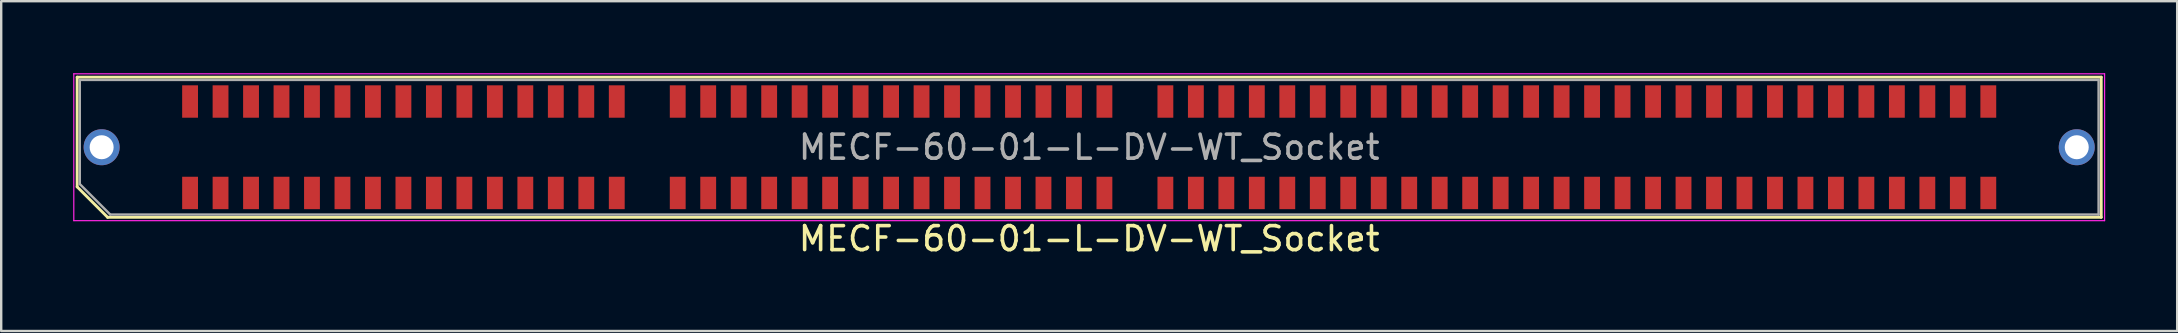
<source format=kicad_pcb>
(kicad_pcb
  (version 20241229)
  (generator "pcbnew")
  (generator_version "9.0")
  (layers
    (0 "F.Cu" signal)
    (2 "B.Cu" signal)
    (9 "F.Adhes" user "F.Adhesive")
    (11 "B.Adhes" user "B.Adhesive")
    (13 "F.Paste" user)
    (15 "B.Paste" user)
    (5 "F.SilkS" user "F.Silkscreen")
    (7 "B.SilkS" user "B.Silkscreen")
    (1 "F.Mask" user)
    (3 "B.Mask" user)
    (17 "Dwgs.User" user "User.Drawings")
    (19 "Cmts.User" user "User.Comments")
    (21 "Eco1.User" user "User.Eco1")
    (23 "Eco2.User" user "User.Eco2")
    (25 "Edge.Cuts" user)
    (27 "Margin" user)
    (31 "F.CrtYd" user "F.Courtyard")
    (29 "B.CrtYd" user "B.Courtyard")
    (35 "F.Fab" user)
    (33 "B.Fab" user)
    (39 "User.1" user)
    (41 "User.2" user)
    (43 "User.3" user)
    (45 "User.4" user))
  (footprint "MECF-60-01-L-DV-WT_Socket"
    (layer "F.Cu")
    (at 42.335 3.085)
    (property "Reference" "MECF-60-01-L-DV-WT_Socket" (at 0 3.81 0) (layer "F.SilkS") (effects (font (size 1 1) (thickness 0.15))))
    (attr smd)
    (fp_line (start -42.17 -2.92) (end 42.17 -2.92) (stroke (width 0.12) (type solid)) (layer "F.SilkS"))
    (fp_line (start -42.17 1.65) (end -42.17 -2.92) (stroke (width 0.12) (type solid)) (layer "F.SilkS"))
    (fp_line (start -40.9 2.92) (end -42.17 1.65) (stroke (width 0.12) (type solid)) (layer "F.SilkS"))
    (fp_line (start -40.9 2.92) (end 42.17 2.92) (stroke (width 0.12) (type solid)) (layer "F.SilkS"))
    (fp_line (start 42.17 2.92) (end 42.17 -2.92) (stroke (width 0.12) (type solid)) (layer "F.SilkS"))
    (fp_line (start -42.31 -3.06) (end -42.31 3.06) (stroke (width 0.05) (type solid)) (layer "F.CrtYd"))
    (fp_line (start -42.31 3.06) (end 42.31 3.06) (stroke (width 0.05) (type solid)) (layer "F.CrtYd"))
    (fp_line (start 42.31 -3.06) (end -42.31 -3.06) (stroke (width 0.05) (type solid)) (layer "F.CrtYd"))
    (fp_line (start 42.31 3.06) (end 42.31 -3.06) (stroke (width 0.05) (type solid)) (layer "F.CrtYd"))
    (fp_line (start -42.06 -2.805) (end 42.06 -2.805) (stroke (width 0.1) (type solid)) (layer "F.Fab"))
    (fp_line (start -42.06 1.535) (end -42.06 -2.805) (stroke (width 0.1) (type solid)) (layer "F.Fab"))
    (fp_line (start -42.06 1.535) (end -40.79 2.805) (stroke (width 0.1) (type solid)) (layer "F.Fab"))
    (fp_line (start -40.79 2.805) (end 42.06 2.805) (stroke (width 0.1) (type solid)) (layer "F.Fab"))
    (fp_line (start 42.06 2.805) (end 42.06 -2.805) (stroke (width 0.1) (type solid)) (layer "F.Fab"))
    (fp_text user "${REFERENCE}" (at 0 0 0) (layer "F.Fab") (effects (font (size 1 1) (thickness 0.15))))
    (pad "" thru_hole circle (at -41.15 0) (size 1.5 1.5) (drill 1) (layers "*.Cu" "*.Mask"))
    (pad "" np_thru_hole circle (at -39.245 0) (size 0.001 0.001) (drill 1.45) (layers "*.Cu" "*.Mask"))
    (pad "" np_thru_hole circle (at 39.245 1) (size 0.001 0.001) (drill 1.45) (layers "*.Cu" "*.Mask"))
    (pad "" thru_hole circle (at 41.15 0) (size 1.5 1.5) (drill 1) (layers "*.Cu" "*.Mask"))
    (pad "1" smd rect (at -37.465 1.905) (size 0.66 1.35) (layers "F.Cu" "F.Mask" "F.Paste"))
    (pad "2" smd rect (at -37.465 -1.905) (size 0.66 1.35) (layers "F.Cu" "F.Mask" "F.Paste"))
    (pad "3" smd rect (at -36.195 1.905) (size 0.66 1.35) (layers "F.Cu" "F.Mask" "F.Paste"))
    (pad "4" smd rect (at -36.195 -1.905) (size 0.66 1.35) (layers "F.Cu" "F.Mask" "F.Paste"))
    (pad "5" smd rect (at -34.925 1.905) (size 0.66 1.35) (layers "F.Cu" "F.Mask" "F.Paste"))
    (pad "6" smd rect (at -34.925 -1.905) (size 0.66 1.35) (layers "F.Cu" "F.Mask" "F.Paste"))
    (pad "7" smd rect (at -33.655 1.905) (size 0.66 1.35) (layers "F.Cu" "F.Mask" "F.Paste"))
    (pad "8" smd rect (at -33.655 -1.905) (size 0.66 1.35) (layers "F.Cu" "F.Mask" "F.Paste"))
    (pad "9" smd rect (at -32.385 1.905) (size 0.66 1.35) (layers "F.Cu" "F.Mask" "F.Paste"))
    (pad "10" smd rect (at -32.385 -1.905) (size 0.66 1.35) (layers "F.Cu" "F.Mask" "F.Paste"))
    (pad "11" smd rect (at -31.115 1.905) (size 0.66 1.35) (layers "F.Cu" "F.Mask" "F.Paste"))
    (pad "12" smd rect (at -31.115 -1.905) (size 0.66 1.35) (layers "F.Cu" "F.Mask" "F.Paste"))
    (pad "13" smd rect (at -29.845 1.905) (size 0.66 1.35) (layers "F.Cu" "F.Mask" "F.Paste"))
    (pad "14" smd rect (at -29.845 -1.905) (size 0.66 1.35) (layers "F.Cu" "F.Mask" "F.Paste"))
    (pad "15" smd rect (at -28.575 1.905) (size 0.66 1.35) (layers "F.Cu" "F.Mask" "F.Paste"))
    (pad "16" smd rect (at -28.575 -1.905) (size 0.66 1.35) (layers "F.Cu" "F.Mask" "F.Paste"))
    (pad "17" smd rect (at -27.305 1.905) (size 0.66 1.35) (layers "F.Cu" "F.Mask" "F.Paste"))
    (pad "18" smd rect (at -27.305 -1.905) (size 0.66 1.35) (layers "F.Cu" "F.Mask" "F.Paste"))
    (pad "19" smd rect (at -26.035 1.905) (size 0.66 1.35) (layers "F.Cu" "F.Mask" "F.Paste"))
    (pad "20" smd rect (at -26.035 -1.905) (size 0.66 1.35) (layers "F.Cu" "F.Mask" "F.Paste"))
    (pad "21" smd rect (at -24.765 1.905) (size 0.66 1.35) (layers "F.Cu" "F.Mask" "F.Paste"))
    (pad "22" smd rect (at -24.765 -1.905) (size 0.66 1.35) (layers "F.Cu" "F.Mask" "F.Paste"))
    (pad "23" smd rect (at -23.495 1.905) (size 0.66 1.35) (layers "F.Cu" "F.Mask" "F.Paste"))
    (pad "24" smd rect (at -23.495 -1.905) (size 0.66 1.35) (layers "F.Cu" "F.Mask" "F.Paste"))
    (pad "25" smd rect (at -22.225 1.905) (size 0.66 1.35) (layers "F.Cu" "F.Mask" "F.Paste"))
    (pad "26" smd rect (at -22.225 -1.905) (size 0.66 1.35) (layers "F.Cu" "F.Mask" "F.Paste"))
    (pad "27" smd rect (at -20.955 1.905) (size 0.66 1.35) (layers "F.Cu" "F.Mask" "F.Paste"))
    (pad "28" smd rect (at -20.955 -1.905) (size 0.66 1.35) (layers "F.Cu" "F.Mask" "F.Paste"))
    (pad "29" smd rect (at -19.685 1.905) (size 0.66 1.35) (layers "F.Cu" "F.Mask" "F.Paste"))
    (pad "30" smd rect (at -19.685 -1.905) (size 0.66 1.35) (layers "F.Cu" "F.Mask" "F.Paste"))
    (pad "33" smd rect (at -17.145 1.905) (size 0.66 1.35) (layers "F.Cu" "F.Mask" "F.Paste"))
    (pad "34" smd rect (at -17.145 -1.905) (size 0.66 1.35) (layers "F.Cu" "F.Mask" "F.Paste"))
    (pad "35" smd rect (at -15.875 1.905) (size 0.66 1.35) (layers "F.Cu" "F.Mask" "F.Paste"))
    (pad "36" smd rect (at -15.875 -1.905) (size 0.66 1.35) (layers "F.Cu" "F.Mask" "F.Paste"))
    (pad "37" smd rect (at -14.605 1.905) (size 0.66 1.35) (layers "F.Cu" "F.Mask" "F.Paste"))
    (pad "38" smd rect (at -14.605 -1.905) (size 0.66 1.35) (layers "F.Cu" "F.Mask" "F.Paste"))
    (pad "39" smd rect (at -13.335 1.905) (size 0.66 1.35) (layers "F.Cu" "F.Mask" "F.Paste"))
    (pad "40" smd rect (at -13.335 -1.905) (size 0.66 1.35) (layers "F.Cu" "F.Mask" "F.Paste"))
    (pad "41" smd rect (at -12.065 1.905) (size 0.66 1.35) (layers "F.Cu" "F.Mask" "F.Paste"))
    (pad "42" smd rect (at -12.065 -1.905) (size 0.66 1.35) (layers "F.Cu" "F.Mask" "F.Paste"))
    (pad "43" smd rect (at -10.795 1.905) (size 0.66 1.35) (layers "F.Cu" "F.Mask" "F.Paste"))
    (pad "44" smd rect (at -10.795 -1.905) (size 0.66 1.35) (layers "F.Cu" "F.Mask" "F.Paste"))
    (pad "45" smd rect (at -9.525 1.905) (size 0.66 1.35) (layers "F.Cu" "F.Mask" "F.Paste"))
    (pad "46" smd rect (at -9.525 -1.905) (size 0.66 1.35) (layers "F.Cu" "F.Mask" "F.Paste"))
    (pad "47" smd rect (at -8.255 1.905) (size 0.66 1.35) (layers "F.Cu" "F.Mask" "F.Paste"))
    (pad "48" smd rect (at -8.255 -1.905) (size 0.66 1.35) (layers "F.Cu" "F.Mask" "F.Paste"))
    (pad "49" smd rect (at -6.985 1.905) (size 0.66 1.35) (layers "F.Cu" "F.Mask" "F.Paste"))
    (pad "50" smd rect (at -6.985 -1.905) (size 0.66 1.35) (layers "F.Cu" "F.Mask" "F.Paste"))
    (pad "51" smd rect (at -5.715 1.905) (size 0.66 1.35) (layers "F.Cu" "F.Mask" "F.Paste"))
    (pad "52" smd rect (at -5.715 -1.905) (size 0.66 1.35) (layers "F.Cu" "F.Mask" "F.Paste"))
    (pad "53" smd rect (at -4.445 1.905) (size 0.66 1.35) (layers "F.Cu" "F.Mask" "F.Paste"))
    (pad "54" smd rect (at -4.445 -1.905) (size 0.66 1.35) (layers "F.Cu" "F.Mask" "F.Paste"))
    (pad "55" smd rect (at -3.175 1.905) (size 0.66 1.35) (layers "F.Cu" "F.Mask" "F.Paste"))
    (pad "56" smd rect (at -3.175 -1.905) (size 0.66 1.35) (layers "F.Cu" "F.Mask" "F.Paste"))
    (pad "57" smd rect (at -1.905 1.905) (size 0.66 1.35) (layers "F.Cu" "F.Mask" "F.Paste"))
    (pad "58" smd rect (at -1.905 -1.905) (size 0.66 1.35) (layers "F.Cu" "F.Mask" "F.Paste"))
    (pad "59" smd rect (at -0.635 1.905) (size 0.66 1.35) (layers "F.Cu" "F.Mask" "F.Paste"))
    (pad "60" smd rect (at -0.635 -1.905) (size 0.66 1.35) (layers "F.Cu" "F.Mask" "F.Paste"))
    (pad "61" smd rect (at 0.635 1.905) (size 0.66 1.35) (layers "F.Cu" "F.Mask" "F.Paste"))
    (pad "62" smd rect (at 0.635 -1.905) (size 0.66 1.35) (layers "F.Cu" "F.Mask" "F.Paste"))
    (pad "65" smd rect (at 3.175 1.905) (size 0.66 1.35) (layers "F.Cu" "F.Mask" "F.Paste"))
    (pad "66" smd rect (at 3.175 -1.905) (size 0.66 1.35) (layers "F.Cu" "F.Mask" "F.Paste"))
    (pad "67" smd rect (at 4.445 1.905) (size 0.66 1.35) (layers "F.Cu" "F.Mask" "F.Paste"))
    (pad "68" smd rect (at 4.445 -1.905) (size 0.66 1.35) (layers "F.Cu" "F.Mask" "F.Paste"))
    (pad "69" smd rect (at 5.715 1.905) (size 0.66 1.35) (layers "F.Cu" "F.Mask" "F.Paste"))
    (pad "70" smd rect (at 5.715 -1.905) (size 0.66 1.35) (layers "F.Cu" "F.Mask" "F.Paste"))
    (pad "71" smd rect (at 6.985 1.905) (size 0.66 1.35) (layers "F.Cu" "F.Mask" "F.Paste"))
    (pad "72" smd rect (at 6.985 -1.905) (size 0.66 1.35) (layers "F.Cu" "F.Mask" "F.Paste"))
    (pad "73" smd rect (at 8.255 1.905) (size 0.66 1.35) (layers "F.Cu" "F.Mask" "F.Paste"))
    (pad "74" smd rect (at 8.255 -1.905) (size 0.66 1.35) (layers "F.Cu" "F.Mask" "F.Paste"))
    (pad "75" smd rect (at 9.525 1.905) (size 0.66 1.35) (layers "F.Cu" "F.Mask" "F.Paste"))
    (pad "76" smd rect (at 9.525 -1.905) (size 0.66 1.35) (layers "F.Cu" "F.Mask" "F.Paste"))
    (pad "77" smd rect (at 10.795 1.905) (size 0.66 1.35) (layers "F.Cu" "F.Mask" "F.Paste"))
    (pad "78" smd rect (at 10.795 -1.905) (size 0.66 1.35) (layers "F.Cu" "F.Mask" "F.Paste"))
    (pad "79" smd rect (at 12.065 1.905) (size 0.66 1.35) (layers "F.Cu" "F.Mask" "F.Paste"))
    (pad "80" smd rect (at 12.065 -1.905) (size 0.66 1.35) (layers "F.Cu" "F.Mask" "F.Paste"))
    (pad "81" smd rect (at 13.335 1.905) (size 0.66 1.35) (layers "F.Cu" "F.Mask" "F.Paste"))
    (pad "82" smd rect (at 13.335 -1.905) (size 0.66 1.35) (layers "F.Cu" "F.Mask" "F.Paste"))
    (pad "83" smd rect (at 14.605 1.905) (size 0.66 1.35) (layers "F.Cu" "F.Mask" "F.Paste"))
    (pad "84" smd rect (at 14.605 -1.905) (size 0.66 1.35) (layers "F.Cu" "F.Mask" "F.Paste"))
    (pad "85" smd rect (at 15.875 1.905) (size 0.66 1.35) (layers "F.Cu" "F.Mask" "F.Paste"))
    (pad "86" smd rect (at 15.875 -1.905) (size 0.66 1.35) (layers "F.Cu" "F.Mask" "F.Paste"))
    (pad "87" smd rect (at 17.145 1.905) (size 0.66 1.35) (layers "F.Cu" "F.Mask" "F.Paste"))
    (pad "88" smd rect (at 17.145 -1.905) (size 0.66 1.35) (layers "F.Cu" "F.Mask" "F.Paste"))
    (pad "89" smd rect (at 18.415 1.905) (size 0.66 1.35) (layers "F.Cu" "F.Mask" "F.Paste"))
    (pad "90" smd rect (at 18.415 -1.905) (size 0.66 1.35) (layers "F.Cu" "F.Mask" "F.Paste"))
    (pad "91" smd rect (at 19.685 1.905) (size 0.66 1.35) (layers "F.Cu" "F.Mask" "F.Paste"))
    (pad "92" smd rect (at 19.685 -1.905) (size 0.66 1.35) (layers "F.Cu" "F.Mask" "F.Paste"))
    (pad "93" smd rect (at 20.955 1.905) (size 0.66 1.35) (layers "F.Cu" "F.Mask" "F.Paste"))
    (pad "94" smd rect (at 20.955 -1.905) (size 0.66 1.35) (layers "F.Cu" "F.Mask" "F.Paste"))
    (pad "95" smd rect (at 22.225 1.905) (size 0.66 1.35) (layers "F.Cu" "F.Mask" "F.Paste"))
    (pad "96" smd rect (at 22.225 -1.905) (size 0.66 1.35) (layers "F.Cu" "F.Mask" "F.Paste"))
    (pad "97" smd rect (at 23.495 1.905) (size 0.66 1.35) (layers "F.Cu" "F.Mask" "F.Paste"))
    (pad "98" smd rect (at 23.495 -1.905) (size 0.66 1.35) (layers "F.Cu" "F.Mask" "F.Paste"))
    (pad "99" smd rect (at 24.765 1.905) (size 0.66 1.35) (layers "F.Cu" "F.Mask" "F.Paste"))
    (pad "100" smd rect (at 24.765 -1.905) (size 0.66 1.35) (layers "F.Cu" "F.Mask" "F.Paste"))
    (pad "101" smd rect (at 26.035 1.905) (size 0.66 1.35) (layers "F.Cu" "F.Mask" "F.Paste"))
    (pad "102" smd rect (at 26.035 -1.905) (size 0.66 1.35) (layers "F.Cu" "F.Mask" "F.Paste"))
    (pad "103" smd rect (at 27.305 1.905) (size 0.66 1.35) (layers "F.Cu" "F.Mask" "F.Paste"))
    (pad "104" smd rect (at 27.305 -1.905) (size 0.66 1.35) (layers "F.Cu" "F.Mask" "F.Paste"))
    (pad "105" smd rect (at 28.575 1.905) (size 0.66 1.35) (layers "F.Cu" "F.Mask" "F.Paste"))
    (pad "106" smd rect (at 28.575 -1.905) (size 0.66 1.35) (layers "F.Cu" "F.Mask" "F.Paste"))
    (pad "107" smd rect (at 29.845 1.905) (size 0.66 1.35) (layers "F.Cu" "F.Mask" "F.Paste"))
    (pad "108" smd rect (at 29.845 -1.905) (size 0.66 1.35) (layers "F.Cu" "F.Mask" "F.Paste"))
    (pad "109" smd rect (at 31.115 1.905) (size 0.66 1.35) (layers "F.Cu" "F.Mask" "F.Paste"))
    (pad "110" smd rect (at 31.115 -1.905) (size 0.66 1.35) (layers "F.Cu" "F.Mask" "F.Paste"))
    (pad "111" smd rect (at 32.385 1.905) (size 0.66 1.35) (layers "F.Cu" "F.Mask" "F.Paste"))
    (pad "112" smd rect (at 32.385 -1.905) (size 0.66 1.35) (layers "F.Cu" "F.Mask" "F.Paste"))
    (pad "113" smd rect (at 33.655 1.905) (size 0.66 1.35) (layers "F.Cu" "F.Mask" "F.Paste"))
    (pad "114" smd rect (at 33.655 -1.905) (size 0.66 1.35) (layers "F.Cu" "F.Mask" "F.Paste"))
    (pad "115" smd rect (at 34.925 1.905) (size 0.66 1.35) (layers "F.Cu" "F.Mask" "F.Paste"))
    (pad "116" smd rect (at 34.925 -1.905) (size 0.66 1.35) (layers "F.Cu" "F.Mask" "F.Paste"))
    (pad "117" smd rect (at 36.195 1.905) (size 0.66 1.35) (layers "F.Cu" "F.Mask" "F.Paste"))
    (pad "118" smd rect (at 36.195 -1.905) (size 0.66 1.35) (layers "F.Cu" "F.Mask" "F.Paste"))
    (pad "119" smd rect (at 37.465 1.905) (size 0.66 1.35) (layers "F.Cu" "F.Mask" "F.Paste"))
    (pad "120" smd rect (at 37.465 -1.905) (size 0.66 1.35) (layers "F.Cu" "F.Mask" "F.Paste")))
  (gr_rect
    (start -3 -3)
    (end 87.67 10.743)
    (stroke (width 0.1) (type default))
    (fill no)
    (layer "Edge.Cuts")))
</source>
